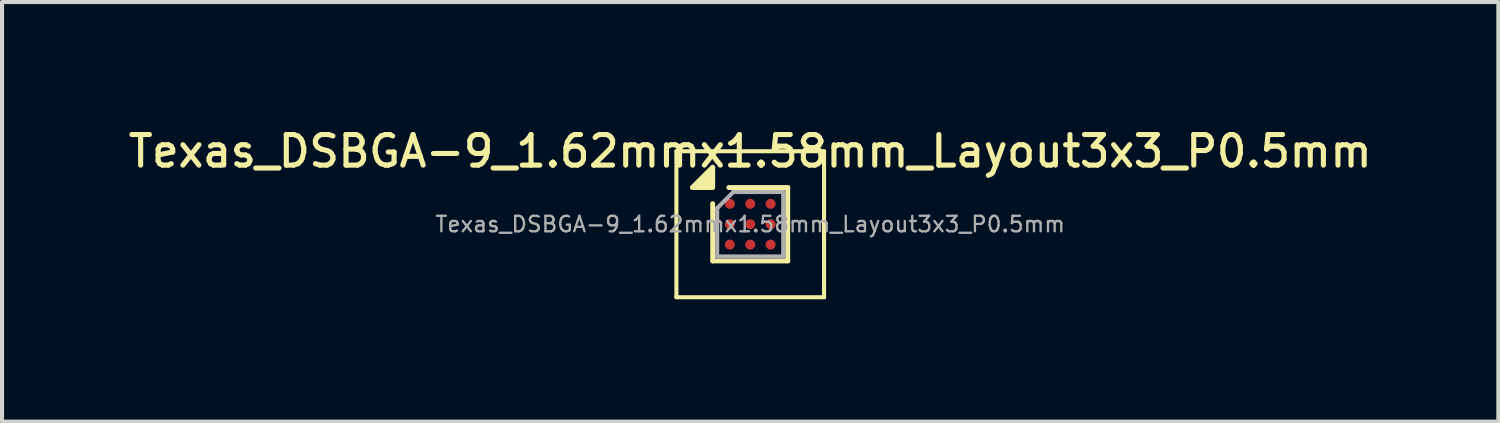
<source format=kicad_pcb>
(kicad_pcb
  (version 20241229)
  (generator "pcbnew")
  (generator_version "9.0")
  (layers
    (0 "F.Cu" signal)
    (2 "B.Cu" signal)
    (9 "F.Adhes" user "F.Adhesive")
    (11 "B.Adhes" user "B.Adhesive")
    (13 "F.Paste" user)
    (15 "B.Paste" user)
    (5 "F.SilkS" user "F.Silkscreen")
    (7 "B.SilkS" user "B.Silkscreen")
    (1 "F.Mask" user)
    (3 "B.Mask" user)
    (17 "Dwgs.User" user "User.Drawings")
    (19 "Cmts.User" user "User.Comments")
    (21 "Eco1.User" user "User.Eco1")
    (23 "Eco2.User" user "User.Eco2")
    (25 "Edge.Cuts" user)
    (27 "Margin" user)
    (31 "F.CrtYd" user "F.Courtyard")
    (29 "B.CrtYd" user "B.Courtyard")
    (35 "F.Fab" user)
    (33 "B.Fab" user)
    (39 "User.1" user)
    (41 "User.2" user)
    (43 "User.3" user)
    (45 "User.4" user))
  (footprint "Texas_DSBGA-9_1.62mmx1.58mm_Layout3x3_P0.5mm"
    (layer "F.Cu")
    (at 15.345 2.448)
    (property "Reference" "Texas_DSBGA-9_1.62mmx1.58mm_Layout3x3_P0.5mm" (at 0 -1.79 0) (layer "F.SilkS") (effects (font (size 0.75 0.75) (thickness 0.125))))
    (attr smd)
    (fp_line (start -1.81 -1.79) (end -1.81 1.79) (stroke (width 0.1) (type solid)) (layer "F.SilkS"))
    (fp_line (start -1.81 1.79) (end 1.81 1.79) (stroke (width 0.1) (type solid)) (layer "F.SilkS"))
    (fp_line (start -0.92 0.9) (end -0.92 -0.505) (stroke (width 0.12) (type solid)) (layer "F.SilkS"))
    (fp_line (start -0.525 -0.9) (end 0.92 -0.9) (stroke (width 0.12) (type solid)) (layer "F.SilkS"))
    (fp_line (start 0.92 -0.9) (end 0.92 0.9) (stroke (width 0.12) (type solid)) (layer "F.SilkS"))
    (fp_line (start 0.92 0.9) (end -0.92 0.9) (stroke (width 0.12) (type solid)) (layer "F.SilkS"))
    (fp_line (start 1.81 -1.79) (end -1.81 -1.79) (stroke (width 0.1) (type solid)) (layer "F.SilkS"))
    (fp_line (start 1.81 1.79) (end 1.81 -1.79) (stroke (width 0.1) (type solid)) (layer "F.SilkS"))
    (fp_poly (pts (xy -0.92 -0.9) (xy -1.42 -0.9) (xy -0.92 -1.4) (xy -0.92 -0.9)) (stroke (width 0.12) (type solid)) (fill yes) (layer "F.SilkS"))
    (fp_line (start -0.81 -0.395) (end -0.415 -0.79) (stroke (width 0.1) (type solid)) (layer "F.Fab"))
    (fp_line (start -0.81 0.79) (end -0.81 -0.395) (stroke (width 0.1) (type solid)) (layer "F.Fab"))
    (fp_line (start -0.415 -0.79) (end 0.81 -0.79) (stroke (width 0.1) (type solid)) (layer "F.Fab"))
    (fp_line (start 0.81 -0.79) (end 0.81 0.79) (stroke (width 0.1) (type solid)) (layer "F.Fab"))
    (fp_line (start 0.81 0.79) (end -0.81 0.79) (stroke (width 0.1) (type solid)) (layer "F.Fab"))
    (fp_text user "${REFERENCE}" (at 0 0 0) (layer "F.Fab") (effects (font (size 0.38 0.38) (thickness 0.057))))
    (pad "A1" smd circle (at -0.5 -0.5) (size 0.245 0.245) (property pad_prop_bga) (layers "F.Cu" "F.Mask" "F.Paste"))
    (pad "A2" smd circle (at 0 -0.5) (size 0.245 0.245) (property pad_prop_bga) (layers "F.Cu" "F.Mask" "F.Paste"))
    (pad "A3" smd circle (at 0.5 -0.5) (size 0.245 0.245) (property pad_prop_bga) (layers "F.Cu" "F.Mask" "F.Paste"))
    (pad "B1" smd circle (at -0.5 0) (size 0.245 0.245) (property pad_prop_bga) (layers "F.Cu" "F.Mask" "F.Paste"))
    (pad "B2" smd circle (at 0 0) (size 0.245 0.245) (property pad_prop_bga) (layers "F.Cu" "F.Mask" "F.Paste"))
    (pad "B3" smd circle (at 0.5 0) (size 0.245 0.245) (property pad_prop_bga) (layers "F.Cu" "F.Mask" "F.Paste"))
    (pad "C1" smd circle (at -0.5 0.5) (size 0.245 0.245) (property pad_prop_bga) (layers "F.Cu" "F.Mask" "F.Paste"))
    (pad "C2" smd circle (at 0 0.5) (size 0.245 0.245) (property pad_prop_bga) (layers "F.Cu" "F.Mask" "F.Paste"))
    (pad "C3" smd circle (at 0.5 0.5) (size 0.245 0.245) (property pad_prop_bga) (layers "F.Cu" "F.Mask" "F.Paste")))
  (gr_rect
    (start -3 -3)
    (end 33.689 7.288)
    (stroke (width 0.1) (type default))
    (fill no)
    (layer "Edge.Cuts")))
</source>
